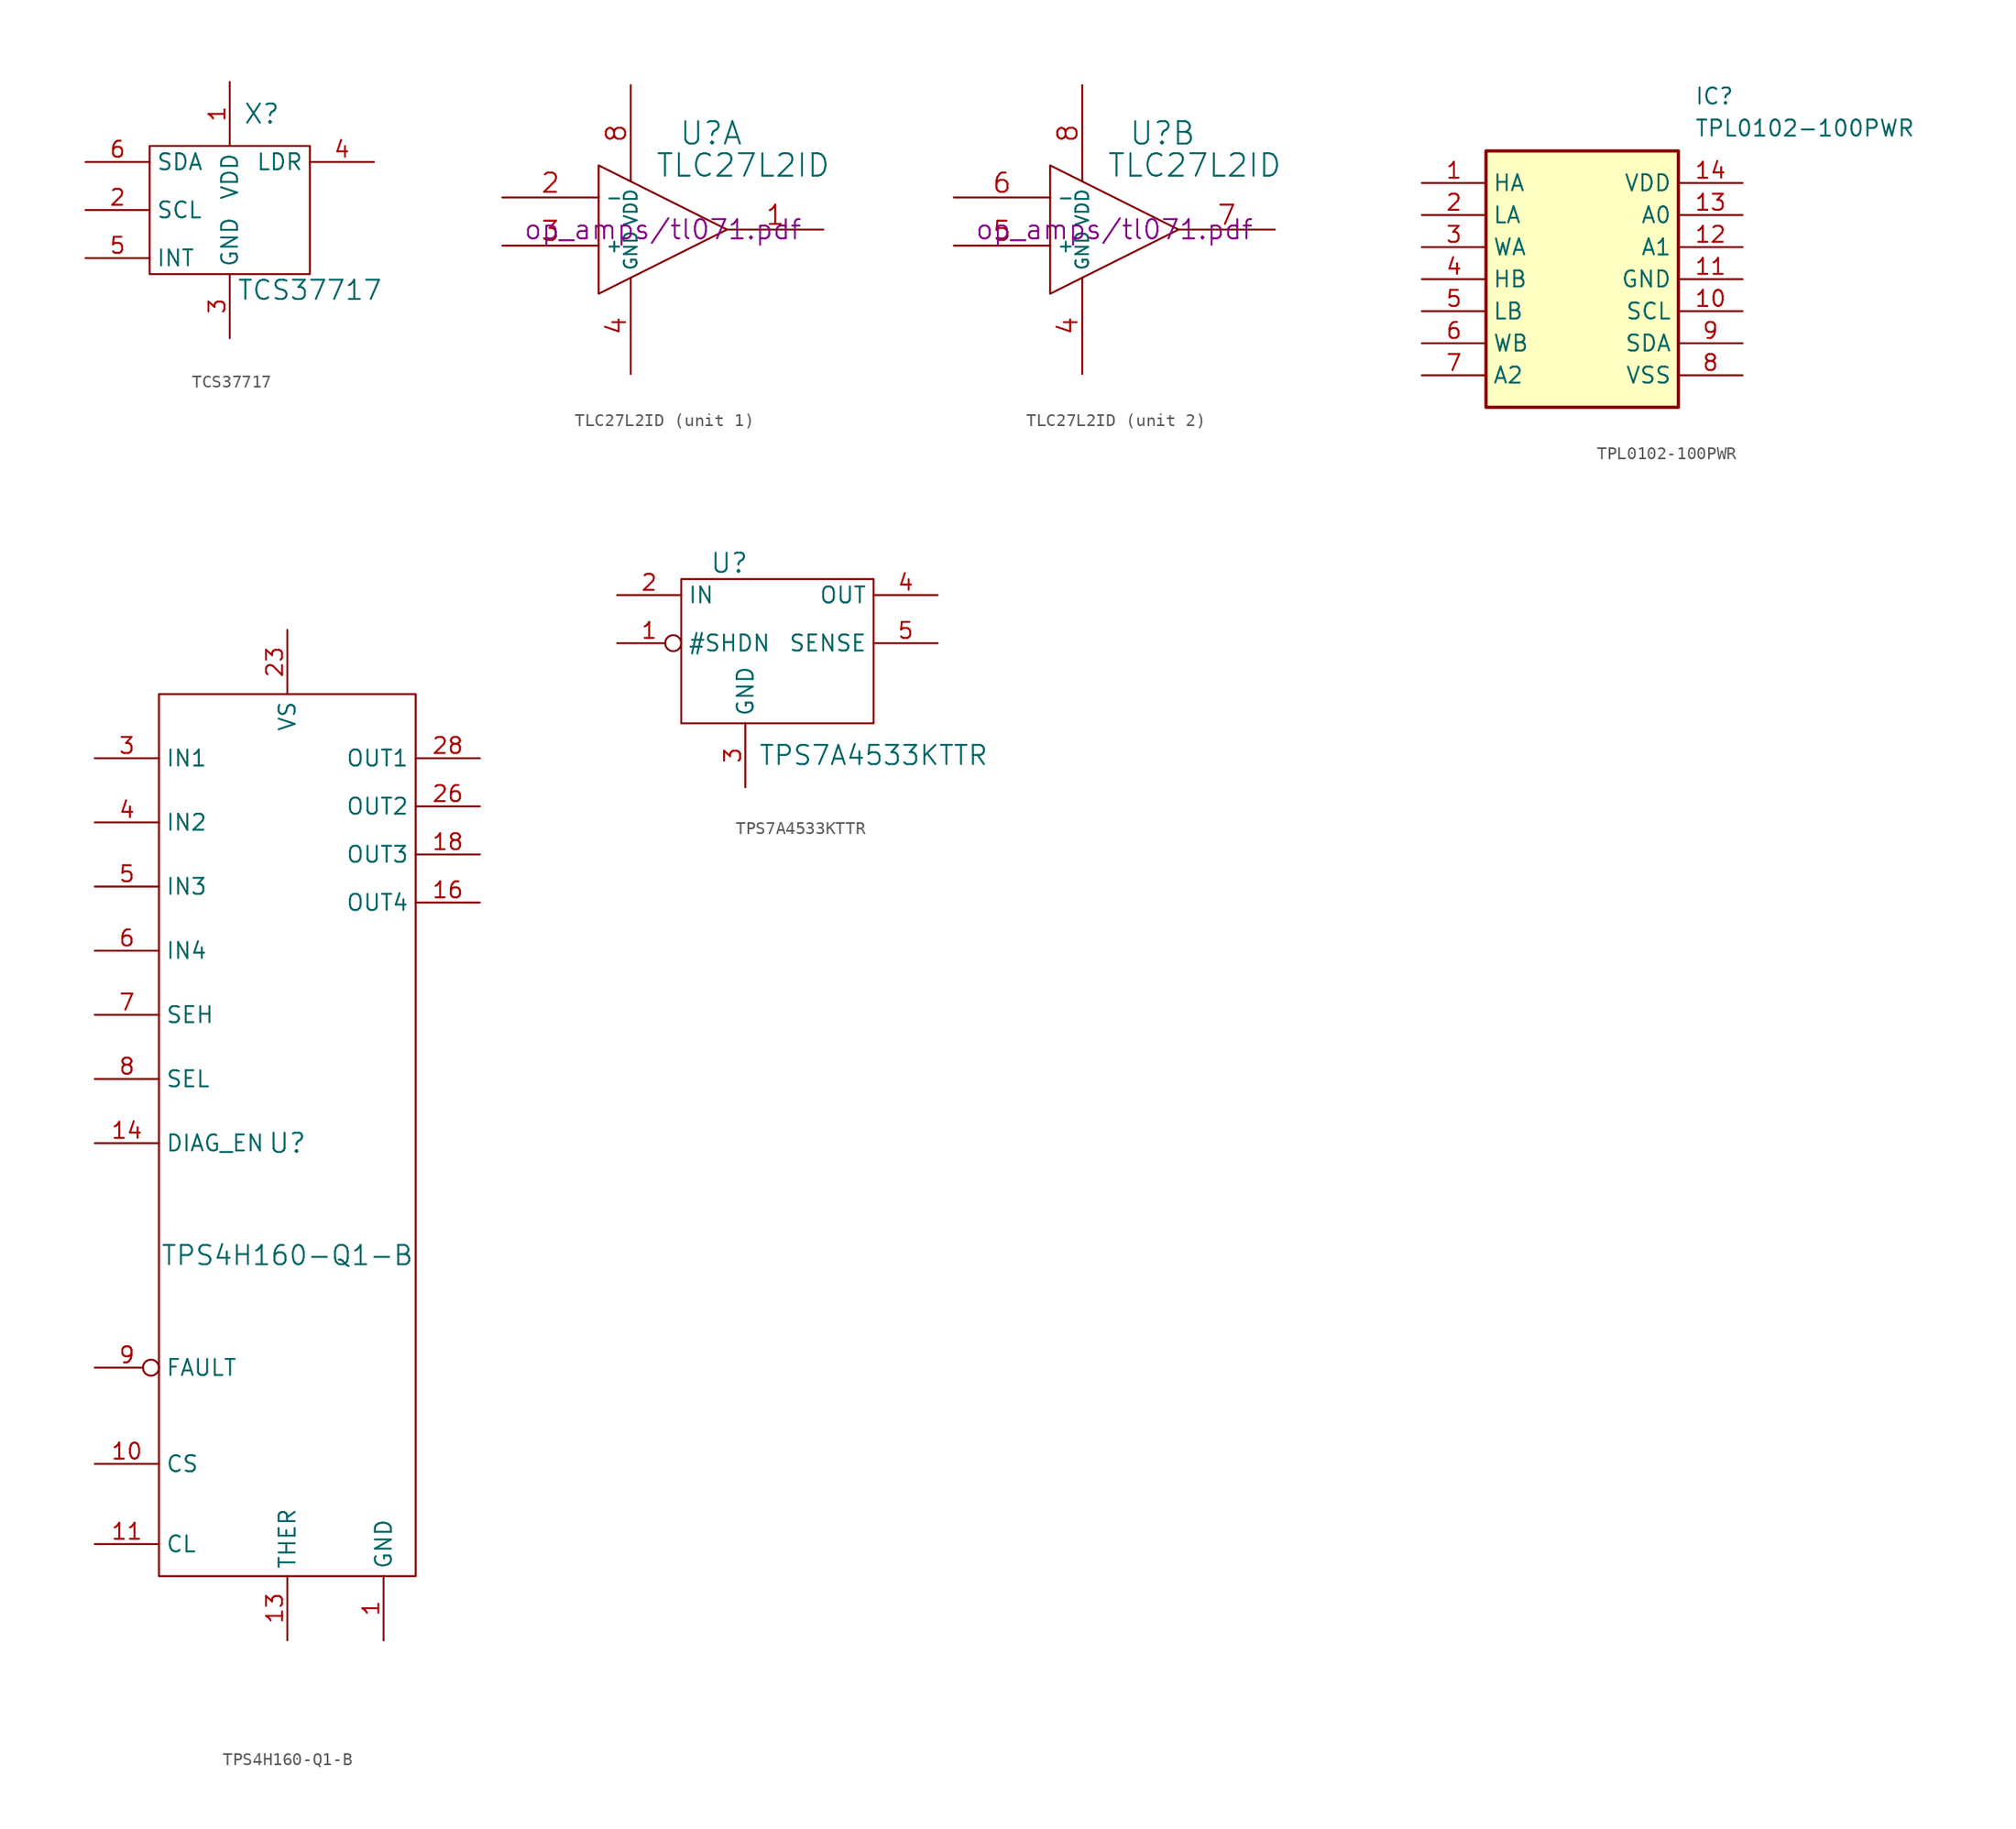
<source format=kicad_sym>
(kicad_symbol_lib
  (version 20220914)
  (generator kicad_symbol_editor)
  (symbol "TCS37717"
    (property "Reference" "X"
      (at 3.81 5.08 0)
      (effects (font (size 1.524 1.524))))
    (property "Value" "TCS37717"
      (at 7.62 -8.89 0)
      (effects (font (size 1.524 1.524))))
    (property "Footprint" ""
      (at -2.54 -3.81 0)
      (effects (font (size 1.524 1.524))))
    (property "Datasheet" ""
      (at -2.54 -3.81 0)
      (effects (font (size 1.524 1.524))))
    (symbol "TCS37717_0_1"
      (rectangle (start -5.08 2.54) (end 7.62 -7.62) (stroke (width 0) (type default)) (fill (type none))))
    (symbol "TCS37717_1_1"
      (pin power_in line (at 1.27 7.62 270) (length 5.08) (name "VDD" (effects (font (size 1.27 1.27)))) (number "1" (effects (font (size 1.27 1.27)))))
      (pin passive line (at -10.16 -2.54 0) (length 5.08) (name "SCL" (effects (font (size 1.27 1.27)))) (number "2" (effects (font (size 1.27 1.27)))))
      (pin output line (at 1.27 -12.7 90) (length 5.08) (name "GND" (effects (font (size 1.27 1.27)))) (number "3" (effects (font (size 1.27 1.27)))))
      (pin passive line (at 12.7 1.27 180) (length 5.08) (name "LDR" (effects (font (size 1.27 1.27)))) (number "4" (effects (font (size 1.27 1.27)))))
      (pin unspecified line (at -10.16 -6.35 0) (length 5.08) (name "INT" (effects (font (size 1.27 1.27)))) (number "5" (effects (font (size 1.27 1.27)))))
      (pin unspecified line (at -10.16 1.27 0) (length 5.08) (name "SDA" (effects (font (size 1.27 1.27)))) (number "6" (effects (font (size 1.27 1.27)))))))
  (symbol "TLC27L2ID"
    (property "Reference" "U"
      (at 3.81 7.62 0)
      (effects (font (size 1.778 1.778))))
    (property "Value" "TLC27L2ID"
      (at 6.35 5.08 0)
      (effects (font (size 1.778 1.778))))
    (property "Footprint" ""
      (at 0 0 0)
      (effects (font (size 1.524 1.524))))
    (property "Datasheet" "op_amps/tl071.pdf"
      (at 0 0 0)
      (effects (font (size 1.524 1.524))))
    (symbol "TLC27L2ID_0_1"
      (polyline (pts (xy -5.08 5.08) (xy 5.08 0) (xy -5.08 -5.08) (xy -5.08 5.08)) (stroke (width 0) (type default)) (fill (type none))))
    (symbol "TLC27L2ID_1_1"
      (pin output line (at 12.7 0 180) (length 7.62) (name "~" (effects (font (size 1.016 1.016)))) (number "1" (effects (font (size 1.524 1.524)))))
      (pin input line (at -12.7 2.54 0) (length 7.62) (name "-" (effects (font (size 1.016 1.016)))) (number "2" (effects (font (size 1.524 1.524)))))
      (pin input line (at -12.7 -1.27 0) (length 7.62) (name "+" (effects (font (size 1.016 1.016)))) (number "3" (effects (font (size 1.524 1.524)))))
      (pin input line (at -2.54 -11.43 90) (length 7.62) (name "GND" (effects (font (size 1.016 1.016)))) (number "4" (effects (font (size 1.524 1.524)))))
      (pin input line (at -2.54 11.43 270) (length 7.62) (name "VDD" (effects (font (size 1.016 1.016)))) (number "8" (effects (font (size 1.524 1.524))))))
    (symbol "TLC27L2ID_2_1"
      (pin input line (at -2.54 -11.43 90) (length 7.62) (name "GND" (effects (font (size 1.016 1.016)))) (number "4" (effects (font (size 1.524 1.524)))))
      (pin input line (at -12.7 -1.27 0) (length 7.62) (name "+" (effects (font (size 1.016 1.016)))) (number "5" (effects (font (size 1.524 1.524)))))
      (pin input line (at -12.7 2.54 0) (length 7.62) (name "-" (effects (font (size 1.016 1.016)))) (number "6" (effects (font (size 1.524 1.524)))))
      (pin output line (at 12.7 0 180) (length 7.62) (name "~" (effects (font (size 1.016 1.016)))) (number "7" (effects (font (size 1.524 1.524)))))
      (pin input line (at -2.54 11.43 270) (length 7.62) (name "VDD" (effects (font (size 1.016 1.016)))) (number "8" (effects (font (size 1.524 1.524)))))))
  (symbol "TPL0102-100PWR"
    (property "Reference" "IC"
      (at 21.59 7.62 0)
      (effects (font (size 1.27 1.27)) (justify left top)))
    (property "Value" "TPL0102-100PWR"
      (at 21.59 5.08 0)
      (effects (font (size 1.27 1.27)) (justify left top)))
    (symbol "TPL0102-100PWR_1_1"
      (rectangle (start 5.08 2.54) (end 20.32 -17.78) (stroke (width 0.254) (type default)) (fill (type background)))
      (pin bidirectional line (at 0 0 0) (length 5.08) (name "HA" (effects (font (size 1.27 1.27)))) (number "1" (effects (font (size 1.27 1.27)))))
      (pin input line (at 25.4 -10.16 180) (length 5.08) (name "SCL" (effects (font (size 1.27 1.27)))) (number "10" (effects (font (size 1.27 1.27)))))
      (pin power_in line (at 25.4 -7.62 180) (length 5.08) (name "GND" (effects (font (size 1.27 1.27)))) (number "11" (effects (font (size 1.27 1.27)))))
      (pin input line (at 25.4 -5.08 180) (length 5.08) (name "A1" (effects (font (size 1.27 1.27)))) (number "12" (effects (font (size 1.27 1.27)))))
      (pin input line (at 25.4 -2.54 180) (length 5.08) (name "A0" (effects (font (size 1.27 1.27)))) (number "13" (effects (font (size 1.27 1.27)))))
      (pin power_in line (at 25.4 0 180) (length 5.08) (name "VDD" (effects (font (size 1.27 1.27)))) (number "14" (effects (font (size 1.27 1.27)))))
      (pin bidirectional line (at 0 -2.54 0) (length 5.08) (name "LA" (effects (font (size 1.27 1.27)))) (number "2" (effects (font (size 1.27 1.27)))))
      (pin bidirectional line (at 0 -5.08 0) (length 5.08) (name "WA" (effects (font (size 1.27 1.27)))) (number "3" (effects (font (size 1.27 1.27)))))
      (pin bidirectional line (at 0 -7.62 0) (length 5.08) (name "HB" (effects (font (size 1.27 1.27)))) (number "4" (effects (font (size 1.27 1.27)))))
      (pin bidirectional line (at 0 -10.16 0) (length 5.08) (name "LB" (effects (font (size 1.27 1.27)))) (number "5" (effects (font (size 1.27 1.27)))))
      (pin bidirectional line (at 0 -12.7 0) (length 5.08) (name "WB" (effects (font (size 1.27 1.27)))) (number "6" (effects (font (size 1.27 1.27)))))
      (pin input line (at 0 -15.24 0) (length 5.08) (name "A2" (effects (font (size 1.27 1.27)))) (number "7" (effects (font (size 1.27 1.27)))))
      (pin power_in line (at 25.4 -15.24 180) (length 5.08) (name "VSS" (effects (font (size 1.27 1.27)))) (number "8" (effects (font (size 1.27 1.27)))))
      (pin bidirectional line (at 25.4 -12.7 180) (length 5.08) (name "SDA" (effects (font (size 1.27 1.27)))) (number "9" (effects (font (size 1.27 1.27)))))))
  (symbol "TPS4H160-Q1-B"
    (property "Reference" "U"
      (at 0 0 0)
      (effects (font (size 1.524 1.524))))
    (property "Value" "TPS4H160-Q1-B"
      (at 0 -8.89 0)
      (effects (font (size 1.524 1.524))))
    (symbol "TPS4H160-Q1-B_0_1"
      (rectangle (start -10.16 35.56) (end 10.16 -34.29) (stroke (width 0) (type default)) (fill (type none))))
    (symbol "TPS4H160-Q1-B_1_1"
      (pin bidirectional line (at 7.62 -39.37 90) (length 5.08) (name "GND" (effects (font (size 1.27 1.27)))) (number "1" (effects (font (size 1.27 1.27)))))
      (pin bidirectional line (at -15.24 -25.4 0) (length 5.08) (name "CS" (effects (font (size 1.27 1.27)))) (number "10" (effects (font (size 1.27 1.27)))))
      (pin bidirectional line (at -15.24 -31.75 0) (length 5.08) (name "CL" (effects (font (size 1.27 1.27)))) (number "11" (effects (font (size 1.27 1.27)))))
      (pin bidirectional line (at 7.62 -39.37 90) (length 5.08) hide (name "GND" (effects (font (size 1.27 1.27)))) (number "12" (effects (font (size 1.27 1.27)))))
      (pin bidirectional line (at 0 -39.37 90) (length 5.08) (name "THER" (effects (font (size 1.27 1.27)))) (number "13" (effects (font (size 1.27 1.27)))))
      (pin bidirectional line (at -15.24 0 0) (length 5.08) (name "DIAG_EN" (effects (font (size 1.27 1.27)))) (number "14" (effects (font (size 1.27 1.27)))))
      (pin bidirectional line (at 15.24 19.05 180) (length 5.08) hide (name "OUT4" (effects (font (size 1.27 1.27)))) (number "15" (effects (font (size 1.27 1.27)))))
      (pin bidirectional line (at 15.24 19.05 180) (length 5.08) (name "OUT4" (effects (font (size 1.27 1.27)))) (number "16" (effects (font (size 1.27 1.27)))))
      (pin bidirectional line (at 15.24 22.86 180) (length 5.08) hide (name "OUT3" (effects (font (size 1.27 1.27)))) (number "17" (effects (font (size 1.27 1.27)))))
      (pin bidirectional line (at 15.24 22.86 180) (length 5.08) (name "OUT3" (effects (font (size 1.27 1.27)))) (number "18" (effects (font (size 1.27 1.27)))))
      (pin bidirectional line (at 0 40.64 270) (length 5.08) hide (name "VS" (effects (font (size 1.27 1.27)))) (number "20" (effects (font (size 1.27 1.27)))))
      (pin bidirectional line (at 0 40.64 270) (length 5.08) hide (name "VS" (effects (font (size 1.27 1.27)))) (number "21" (effects (font (size 1.27 1.27)))))
      (pin bidirectional line (at 0 40.64 270) (length 5.08) hide (name "VS" (effects (font (size 1.27 1.27)))) (number "22" (effects (font (size 1.27 1.27)))))
      (pin bidirectional line (at 0 40.64 270) (length 5.08) (name "VS" (effects (font (size 1.27 1.27)))) (number "23" (effects (font (size 1.27 1.27)))))
      (pin bidirectional line (at 15.24 26.67 180) (length 5.08) hide (name "OUT2" (effects (font (size 1.27 1.27)))) (number "25" (effects (font (size 1.27 1.27)))))
      (pin bidirectional line (at 15.24 26.67 180) (length 5.08) (name "OUT2" (effects (font (size 1.27 1.27)))) (number "26" (effects (font (size 1.27 1.27)))))
      (pin bidirectional line (at 15.24 30.48 180) (length 5.08) hide (name "OUT1" (effects (font (size 1.27 1.27)))) (number "27" (effects (font (size 1.27 1.27)))))
      (pin bidirectional line (at 15.24 30.48 180) (length 5.08) (name "OUT1" (effects (font (size 1.27 1.27)))) (number "28" (effects (font (size 1.27 1.27)))))
      (pin unspecified line (at 7.62 -39.37 90) (length 5.08) hide (name "GND" (effects (font (size 1.27 1.27)))) (number "29" (effects (font (size 1.27 1.27)))))
      (pin bidirectional line (at -15.24 30.48 0) (length 5.08) (name "IN1" (effects (font (size 1.27 1.27)))) (number "3" (effects (font (size 1.27 1.27)))))
      (pin bidirectional line (at -15.24 25.4 0) (length 5.08) (name "IN2" (effects (font (size 1.27 1.27)))) (number "4" (effects (font (size 1.27 1.27)))))
      (pin bidirectional line (at -15.24 20.32 0) (length 5.08) (name "IN3" (effects (font (size 1.27 1.27)))) (number "5" (effects (font (size 1.27 1.27)))))
      (pin bidirectional line (at -15.24 15.24 0) (length 5.08) (name "IN4" (effects (font (size 1.27 1.27)))) (number "6" (effects (font (size 1.27 1.27)))))
      (pin bidirectional line (at -15.24 10.16 0) (length 5.08) (name "SEH" (effects (font (size 1.27 1.27)))) (number "7" (effects (font (size 1.27 1.27)))))
      (pin bidirectional line (at -15.24 5.08 0) (length 5.08) (name "SEL" (effects (font (size 1.27 1.27)))) (number "8" (effects (font (size 1.27 1.27)))))
      (pin bidirectional inverted (at -15.24 -17.78 0) (length 5.08) (name "FAULT" (effects (font (size 1.27 1.27)))) (number "9" (effects (font (size 1.27 1.27)))))))
  (symbol "TPS7A4533KTTR"
    (property "Reference" "U"
      (at -1.27 5.08 0)
      (effects (font (size 1.524 1.524))))
    (property "Value" "TPS7A4533KTTR"
      (at 10.16 -10.16 0)
      (effects (font (size 1.524 1.524))))
    (property "Footprint" ""
      (at 5.08 -1.27 0)
      (effects (font (size 1.524 1.524))))
    (property "Datasheet" ""
      (at 5.08 -1.27 0)
      (effects (font (size 1.524 1.524))))
    (symbol "TPS7A4533KTTR_0_1"
      (rectangle (start -5.08 3.81) (end 10.16 -7.62) (stroke (width 0) (type default)) (fill (type none))))
    (symbol "TPS7A4533KTTR_1_1"
      (pin unspecified inverted (at -10.16 -1.27 0) (length 5.08) (name "#SHDN" (effects (font (size 1.27 1.27)))) (number "1" (effects (font (size 1.27 1.27)))))
      (pin unspecified line (at -10.16 2.54 0) (length 5.08) (name "IN" (effects (font (size 1.27 1.27)))) (number "2" (effects (font (size 1.27 1.27)))))
      (pin unspecified line (at 0 -12.7 90) (length 5.08) (name "GND" (effects (font (size 1.27 1.27)))) (number "3" (effects (font (size 1.27 1.27)))))
      (pin unspecified line (at 15.24 2.54 180) (length 5.08) (name "OUT" (effects (font (size 1.27 1.27)))) (number "4" (effects (font (size 1.27 1.27)))))
      (pin unspecified line (at 15.24 -1.27 180) (length 5.08) (name "SENSE" (effects (font (size 1.27 1.27)))) (number "5" (effects (font (size 1.27 1.27)))))
      (pin unspecified line (at 0 -12.7 90) (length 5.08) hide (name "GND" (effects (font (size 1.27 1.27)))) (number "6" (effects (font (size 1.27 1.27))))))))
</source>
